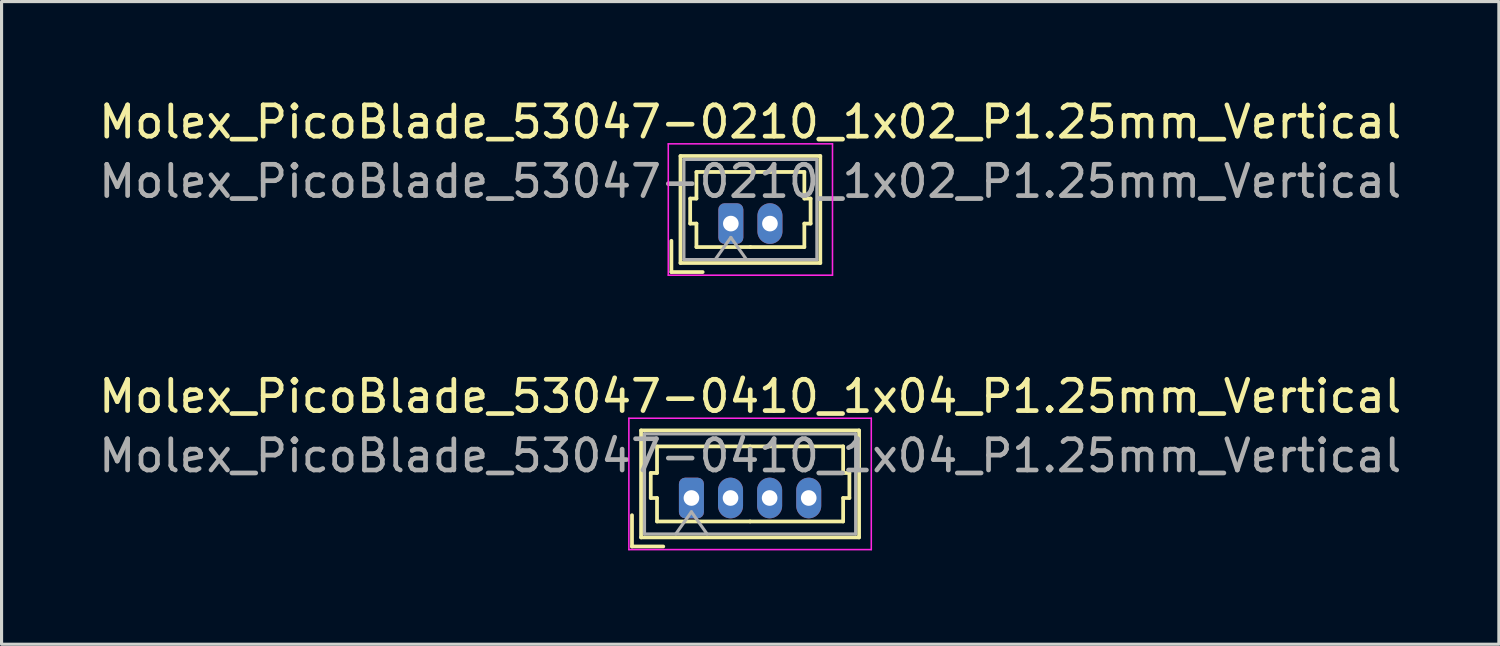
<source format=kicad_pcb>
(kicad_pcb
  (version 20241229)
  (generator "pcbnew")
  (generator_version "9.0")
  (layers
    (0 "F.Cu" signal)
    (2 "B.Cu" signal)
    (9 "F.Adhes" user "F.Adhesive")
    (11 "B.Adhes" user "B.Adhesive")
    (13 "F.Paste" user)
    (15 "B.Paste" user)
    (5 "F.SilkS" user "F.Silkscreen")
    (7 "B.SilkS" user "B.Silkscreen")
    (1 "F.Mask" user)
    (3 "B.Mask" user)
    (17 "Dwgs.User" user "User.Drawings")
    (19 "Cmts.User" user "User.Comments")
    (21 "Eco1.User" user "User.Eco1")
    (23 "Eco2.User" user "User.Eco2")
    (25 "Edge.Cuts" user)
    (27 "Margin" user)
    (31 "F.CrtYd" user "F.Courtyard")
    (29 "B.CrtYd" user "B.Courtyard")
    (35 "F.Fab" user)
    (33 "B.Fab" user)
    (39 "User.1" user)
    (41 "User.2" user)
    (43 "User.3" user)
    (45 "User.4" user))
  (footprint "Molex_PicoBlade_53047-0210_1x02_P1.25mm_Vertical"
    (layer "F.Cu")
    (at 20.315 4.098)
    (property "Reference" "Molex_PicoBlade_53047-0210_1x02_P1.25mm_Vertical" (at 0.62 -3.25 0) (layer "F.SilkS") (effects (font (size 1 1) (thickness 0.15))))
    (attr through_hole)
    (fp_line (start -1.9 1.55) (end -1.9 0.55) (stroke (width 0.12) (type solid)) (layer "F.SilkS"))
    (fp_line (start -1.9 1.55) (end -0.9 1.55) (stroke (width 0.12) (type solid)) (layer "F.SilkS"))
    (fp_line (start -1.61 -2.16) (end -1.61 1.26) (stroke (width 0.12) (type solid)) (layer "F.SilkS"))
    (fp_line (start -1.61 1.26) (end 2.86 1.26) (stroke (width 0.12) (type solid)) (layer "F.SilkS"))
    (fp_line (start -1.3 -0.8) (end -1.1 -0.8) (stroke (width 0.12) (type solid)) (layer "F.SilkS"))
    (fp_line (start -1.3 0) (end -1.3 -0.8) (stroke (width 0.12) (type solid)) (layer "F.SilkS"))
    (fp_line (start -1.1 -1.65) (end 0.625 -1.65) (stroke (width 0.12) (type solid)) (layer "F.SilkS"))
    (fp_line (start -1.1 -0.8) (end -1.1 -1.65) (stroke (width 0.12) (type solid)) (layer "F.SilkS"))
    (fp_line (start -1.1 0) (end -1.3 0) (stroke (width 0.12) (type solid)) (layer "F.SilkS"))
    (fp_line (start -1.1 0.75) (end -1.1 0) (stroke (width 0.12) (type solid)) (layer "F.SilkS"))
    (fp_line (start 0.625 0.75) (end -1.1 0.75) (stroke (width 0.12) (type solid)) (layer "F.SilkS"))
    (fp_line (start 0.625 0.75) (end 2.35 0.75) (stroke (width 0.12) (type solid)) (layer "F.SilkS"))
    (fp_line (start 2.35 -1.65) (end 0.625 -1.65) (stroke (width 0.12) (type solid)) (layer "F.SilkS"))
    (fp_line (start 2.35 -0.8) (end 2.35 -1.65) (stroke (width 0.12) (type solid)) (layer "F.SilkS"))
    (fp_line (start 2.35 0) (end 2.55 0) (stroke (width 0.12) (type solid)) (layer "F.SilkS"))
    (fp_line (start 2.35 0.75) (end 2.35 0) (stroke (width 0.12) (type solid)) (layer "F.SilkS"))
    (fp_line (start 2.55 -0.8) (end 2.35 -0.8) (stroke (width 0.12) (type solid)) (layer "F.SilkS"))
    (fp_line (start 2.55 0) (end 2.55 -0.8) (stroke (width 0.12) (type solid)) (layer "F.SilkS"))
    (fp_line (start 2.86 -2.16) (end -1.61 -2.16) (stroke (width 0.12) (type solid)) (layer "F.SilkS"))
    (fp_line (start 2.86 1.26) (end 2.86 -2.16) (stroke (width 0.12) (type solid)) (layer "F.SilkS"))
    (fp_line (start -2 -2.55) (end -2 1.65) (stroke (width 0.05) (type solid)) (layer "F.CrtYd"))
    (fp_line (start -2 1.65) (end 3.25 1.65) (stroke (width 0.05) (type solid)) (layer "F.CrtYd"))
    (fp_line (start 3.25 -2.55) (end -2 -2.55) (stroke (width 0.05) (type solid)) (layer "F.CrtYd"))
    (fp_line (start 3.25 1.65) (end 3.25 -2.55) (stroke (width 0.05) (type solid)) (layer "F.CrtYd"))
    (fp_line (start -1.5 -2.05) (end -1.5 1.15) (stroke (width 0.1) (type solid)) (layer "F.Fab"))
    (fp_line (start -1.5 1.15) (end 2.75 1.15) (stroke (width 0.1) (type solid)) (layer "F.Fab"))
    (fp_line (start -0.5 1.15) (end 0 0.443) (stroke (width 0.1) (type solid)) (layer "F.Fab"))
    (fp_line (start 0 0.443) (end 0.5 1.15) (stroke (width 0.1) (type solid)) (layer "F.Fab"))
    (fp_line (start 2.75 -2.05) (end -1.5 -2.05) (stroke (width 0.1) (type solid)) (layer "F.Fab"))
    (fp_line (start 2.75 1.15) (end 2.75 -2.05) (stroke (width 0.1) (type solid)) (layer "F.Fab"))
    (fp_text user "${REFERENCE}" (at 0.62 -1.35 0) (layer "F.Fab") (effects (font (size 1 1) (thickness 0.15))))
    (pad "1" thru_hole roundrect (at 0 0) (size 0.8 1.3) (drill 0.5) (layers "*.Cu" "*.Mask") (roundrect_rratio 0.25))
    (pad "2" thru_hole oval (at 1.25 0) (size 0.8 1.3) (drill 0.5) (layers "*.Cu" "*.Mask")))
  (footprint "Molex_PicoBlade_53047-0410_1x04_P1.25mm_Vertical"
    (layer "F.Cu")
    (at 19.055 12.871)
    (property "Reference" "Molex_PicoBlade_53047-0410_1x04_P1.25mm_Vertical" (at 1.88 -3.25 0) (layer "F.SilkS") (effects (font (size 1 1) (thickness 0.15))))
    (attr through_hole)
    (fp_line (start -1.9 1.55) (end -1.9 0.55) (stroke (width 0.12) (type solid)) (layer "F.SilkS"))
    (fp_line (start -1.9 1.55) (end -0.9 1.55) (stroke (width 0.12) (type solid)) (layer "F.SilkS"))
    (fp_line (start -1.61 -2.16) (end -1.61 1.26) (stroke (width 0.12) (type solid)) (layer "F.SilkS"))
    (fp_line (start -1.61 1.26) (end 5.36 1.26) (stroke (width 0.12) (type solid)) (layer "F.SilkS"))
    (fp_line (start -1.3 -0.8) (end -1.1 -0.8) (stroke (width 0.12) (type solid)) (layer "F.SilkS"))
    (fp_line (start -1.3 0) (end -1.3 -0.8) (stroke (width 0.12) (type solid)) (layer "F.SilkS"))
    (fp_line (start -1.1 -1.65) (end 1.875 -1.65) (stroke (width 0.12) (type solid)) (layer "F.SilkS"))
    (fp_line (start -1.1 -0.8) (end -1.1 -1.65) (stroke (width 0.12) (type solid)) (layer "F.SilkS"))
    (fp_line (start -1.1 0) (end -1.3 0) (stroke (width 0.12) (type solid)) (layer "F.SilkS"))
    (fp_line (start -1.1 0.75) (end -1.1 0) (stroke (width 0.12) (type solid)) (layer "F.SilkS"))
    (fp_line (start 1.875 0.75) (end -1.1 0.75) (stroke (width 0.12) (type solid)) (layer "F.SilkS"))
    (fp_line (start 1.875 0.75) (end 4.85 0.75) (stroke (width 0.12) (type solid)) (layer "F.SilkS"))
    (fp_line (start 4.85 -1.65) (end 1.875 -1.65) (stroke (width 0.12) (type solid)) (layer "F.SilkS"))
    (fp_line (start 4.85 -0.8) (end 4.85 -1.65) (stroke (width 0.12) (type solid)) (layer "F.SilkS"))
    (fp_line (start 4.85 0) (end 5.05 0) (stroke (width 0.12) (type solid)) (layer "F.SilkS"))
    (fp_line (start 4.85 0.75) (end 4.85 0) (stroke (width 0.12) (type solid)) (layer "F.SilkS"))
    (fp_line (start 5.05 -0.8) (end 4.85 -0.8) (stroke (width 0.12) (type solid)) (layer "F.SilkS"))
    (fp_line (start 5.05 0) (end 5.05 -0.8) (stroke (width 0.12) (type solid)) (layer "F.SilkS"))
    (fp_line (start 5.36 -2.16) (end -1.61 -2.16) (stroke (width 0.12) (type solid)) (layer "F.SilkS"))
    (fp_line (start 5.36 1.26) (end 5.36 -2.16) (stroke (width 0.12) (type solid)) (layer "F.SilkS"))
    (fp_line (start -2 -2.55) (end -2 1.65) (stroke (width 0.05) (type solid)) (layer "F.CrtYd"))
    (fp_line (start -2 1.65) (end 5.75 1.65) (stroke (width 0.05) (type solid)) (layer "F.CrtYd"))
    (fp_line (start 5.75 -2.55) (end -2 -2.55) (stroke (width 0.05) (type solid)) (layer "F.CrtYd"))
    (fp_line (start 5.75 1.65) (end 5.75 -2.55) (stroke (width 0.05) (type solid)) (layer "F.CrtYd"))
    (fp_line (start -1.5 -2.05) (end -1.5 1.15) (stroke (width 0.1) (type solid)) (layer "F.Fab"))
    (fp_line (start -1.5 1.15) (end 5.25 1.15) (stroke (width 0.1) (type solid)) (layer "F.Fab"))
    (fp_line (start -0.5 1.15) (end 0 0.443) (stroke (width 0.1) (type solid)) (layer "F.Fab"))
    (fp_line (start 0 0.443) (end 0.5 1.15) (stroke (width 0.1) (type solid)) (layer "F.Fab"))
    (fp_line (start 5.25 -2.05) (end -1.5 -2.05) (stroke (width 0.1) (type solid)) (layer "F.Fab"))
    (fp_line (start 5.25 1.15) (end 5.25 -2.05) (stroke (width 0.1) (type solid)) (layer "F.Fab"))
    (fp_text user "${REFERENCE}" (at 1.88 -1.35 0) (layer "F.Fab") (effects (font (size 1 1) (thickness 0.15))))
    (pad "1" thru_hole roundrect (at 0 0) (size 0.8 1.3) (drill 0.5) (layers "*.Cu" "*.Mask") (roundrect_rratio 0.25))
    (pad "2" thru_hole oval (at 1.25 0) (size 0.8 1.3) (drill 0.5) (layers "*.Cu" "*.Mask"))
    (pad "3" thru_hole oval (at 2.5 0) (size 0.8 1.3) (drill 0.5) (layers "*.Cu" "*.Mask"))
    (pad "4" thru_hole oval (at 3.75 0) (size 0.8 1.3) (drill 0.5) (layers "*.Cu" "*.Mask")))
  (gr_rect
    (start -3 -3)
    (end 44.869 17.547)
    (stroke (width 0.1) (type default))
    (fill no)
    (layer "Edge.Cuts")))
</source>
